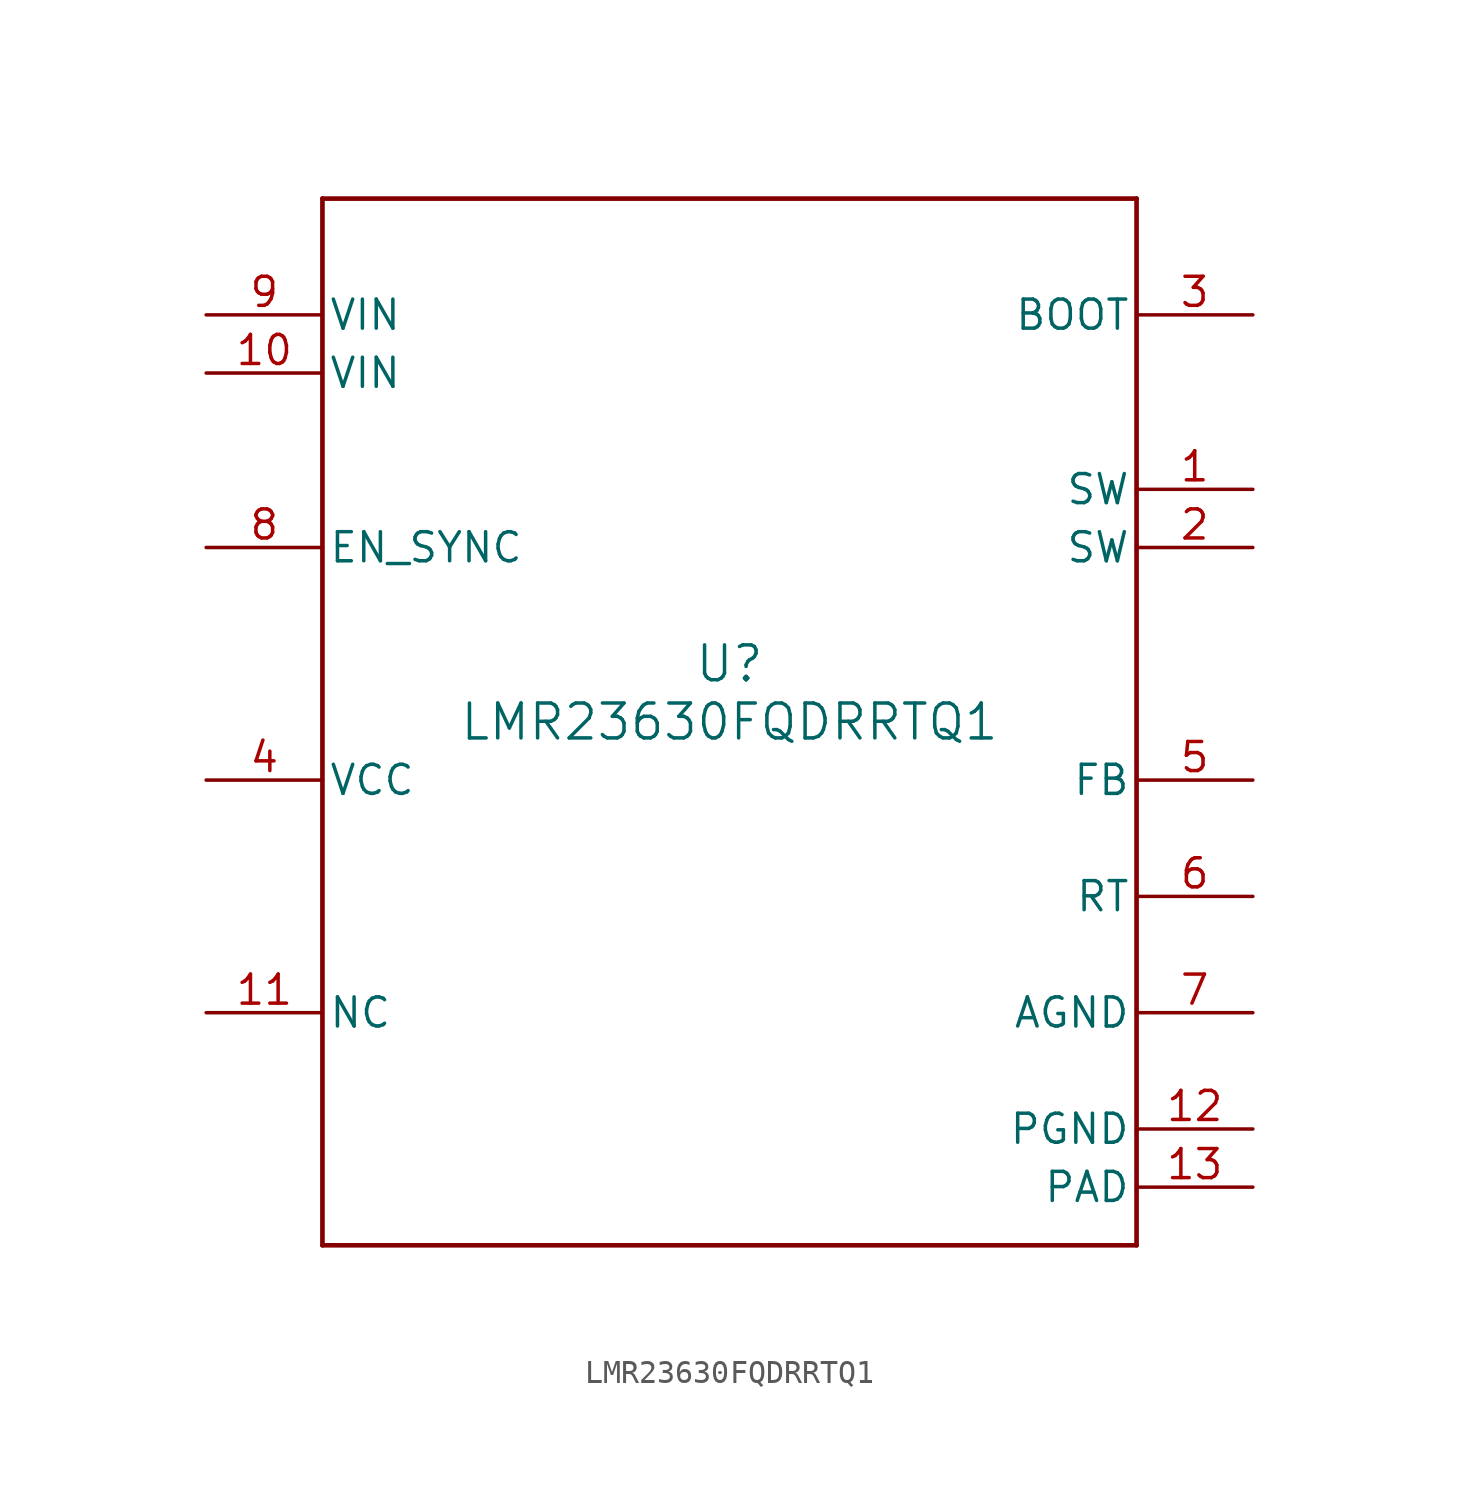
<source format=kicad_sym>
(kicad_symbol_lib
  (version 20211014)
  (generator kicad_symbol_editor)
  (symbol "LMR23630FQDRRTQ1"
    (pin_names
      (offset 0.254))
    (property "Reference" "U"
      (at 0 2.54 0)
      (effects (font (size 1.524 1.524))))
    (property "Value" "LMR23630FQDRRTQ1"
      (at 0 0 0)
      (effects (font (size 1.524 1.524))))
    (symbol "LMR23630FQDRRTQ1_0_1"
      (polyline (pts (xy -17.78 -22.86) (xy 17.78 -22.86)) (stroke (width 0.203) (type default) (color 0 0 0 0)) (fill (type none)))
      (polyline (pts (xy 17.78 -22.86) (xy 17.78 22.86)) (stroke (width 0.203) (type default) (color 0 0 0 0)) (fill (type none)))
      (polyline (pts (xy 17.78 22.86) (xy -17.78 22.86)) (stroke (width 0.203) (type default) (color 0 0 0 0)) (fill (type none)))
      (polyline (pts (xy -17.78 22.86) (xy -17.78 -22.86)) (stroke (width 0.203) (type default) (color 0 0 0 0)) (fill (type none)))
      (pin power_in line (at 22.86 10.16 180) (length 5.08) (name "SW" (effects (font (size 1.27 1.27)))) (number "1" (effects (font (size 1.27 1.27)))))
      (pin power_in line (at 22.86 7.62 180) (length 5.08) (name "SW" (effects (font (size 1.27 1.27)))) (number "2" (effects (font (size 1.27 1.27)))))
      (pin power_in line (at 22.86 17.78 180) (length 5.08) (name "BOOT" (effects (font (size 1.27 1.27)))) (number "3" (effects (font (size 1.27 1.27)))))
      (pin power_in line (at -22.86 -2.54 0) (length 5.08) (name "VCC" (effects (font (size 1.27 1.27)))) (number "4" (effects (font (size 1.27 1.27)))))
      (pin input line (at 22.86 -2.54 180) (length 5.08) (name "FB" (effects (font (size 1.27 1.27)))) (number "5" (effects (font (size 1.27 1.27)))))
      (pin unspecified line (at 22.86 -7.62 180) (length 5.08) (name "RT" (effects (font (size 1.27 1.27)))) (number "6" (effects (font (size 1.27 1.27)))))
      (pin power_in line (at 22.86 -12.7 180) (length 5.08) (name "AGND" (effects (font (size 1.27 1.27)))) (number "7" (effects (font (size 1.27 1.27)))))
      (pin power_in line (at -22.86 7.62 0) (length 5.08) (name "EN_SYNC" (effects (font (size 1.27 1.27)))) (number "8" (effects (font (size 1.27 1.27)))))
      (pin power_in line (at -22.86 17.78 0) (length 5.08) (name "VIN" (effects (font (size 1.27 1.27)))) (number "9" (effects (font (size 1.27 1.27)))))
      (pin power_in line (at -22.86 15.24 0) (length 5.08) (name "VIN" (effects (font (size 1.27 1.27)))) (number "10" (effects (font (size 1.27 1.27)))))
      (pin power_in line (at -22.86 -12.7 0) (length 5.08) (name "NC" (effects (font (size 1.27 1.27)))) (number "11" (effects (font (size 1.27 1.27)))))
      (pin power_in line (at 22.86 -17.78 180) (length 5.08) (name "PGND" (effects (font (size 1.27 1.27)))) (number "12" (effects (font (size 1.27 1.27)))))
      (pin power_in line (at 22.86 -20.32 180) (length 5.08) (name "PAD" (effects (font (size 1.27 1.27)))) (number "13" (effects (font (size 1.27 1.27))))))))
</source>
